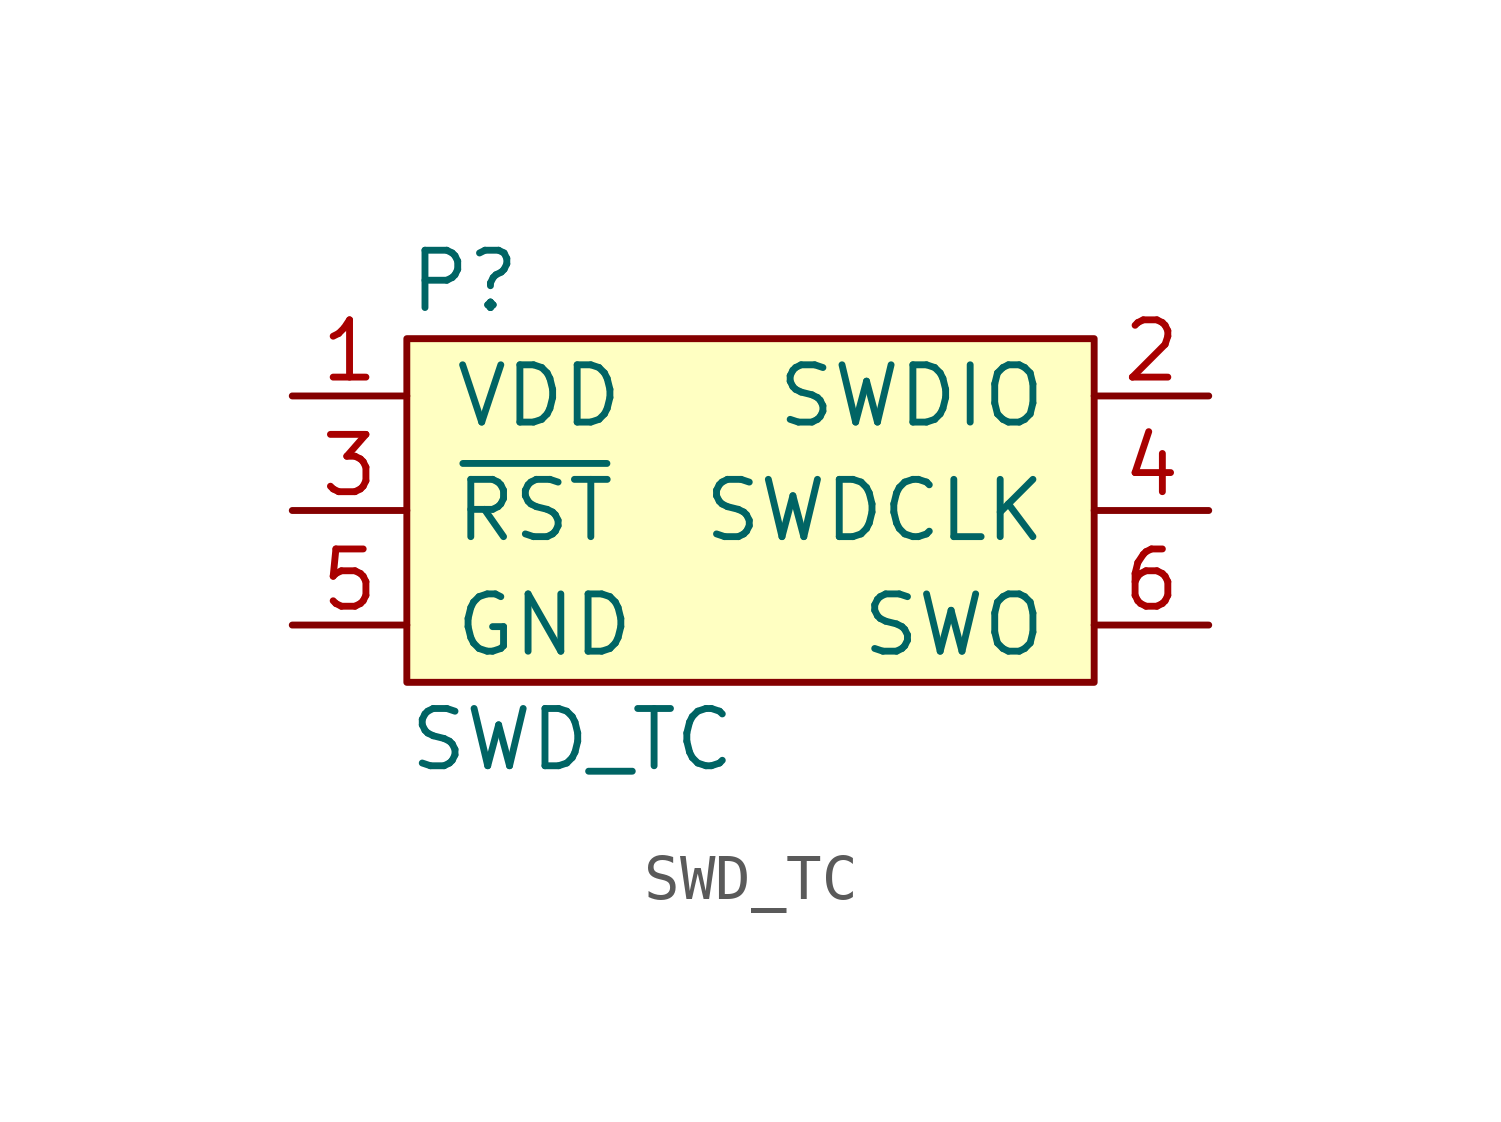
<source format=kicad_sym>
(kicad_symbol_lib
  (version 20211014)
  (generator kicad_symbol_editor)
  (symbol "SWD_TC"
    (pin_names
      (offset 1.016))
    (property "Reference" "P"
      (at -7.62 5.08 0)
      (effects (font (size 1.27 1.27)) (justify left)))
    (property "Value" "SWD_TC"
      (at -7.62 -5.08 0)
      (effects (font (size 1.27 1.27)) (justify left)))
    (symbol "SWD_TC_0_1"
      (rectangle (start -7.62 3.81) (end 7.62 -3.81) (stroke (width 0) (type default) (color 0 0 0 0)) (fill (type background))))
    (symbol "SWD_TC_1_1"
      (pin power_in line (at -10.16 2.54 0) (length 2.54) (name "VDD" (effects (font (size 1.27 1.27)))) (number "1" (effects (font (size 1.27 1.27)))))
      (pin bidirectional line (at 10.16 2.54 180) (length 2.54) (name "SWDIO" (effects (font (size 1.27 1.27)))) (number "2" (effects (font (size 1.27 1.27)))))
      (pin open_collector line (at -10.16 0 0) (length 2.54) (name "~{RST}" (effects (font (size 1.27 1.27)))) (number "3" (effects (font (size 1.27 1.27)))))
      (pin output line (at 10.16 0 180) (length 2.54) (name "SWDCLK" (effects (font (size 1.27 1.27)))) (number "4" (effects (font (size 1.27 1.27)))))
      (pin power_in line (at -10.16 -2.54 0) (length 2.54) (name "GND" (effects (font (size 1.27 1.27)))) (number "5" (effects (font (size 1.27 1.27)))))
      (pin input line (at 10.16 -2.54 180) (length 2.54) (name "SWO" (effects (font (size 1.27 1.27)))) (number "6" (effects (font (size 1.27 1.27))))))))
</source>
